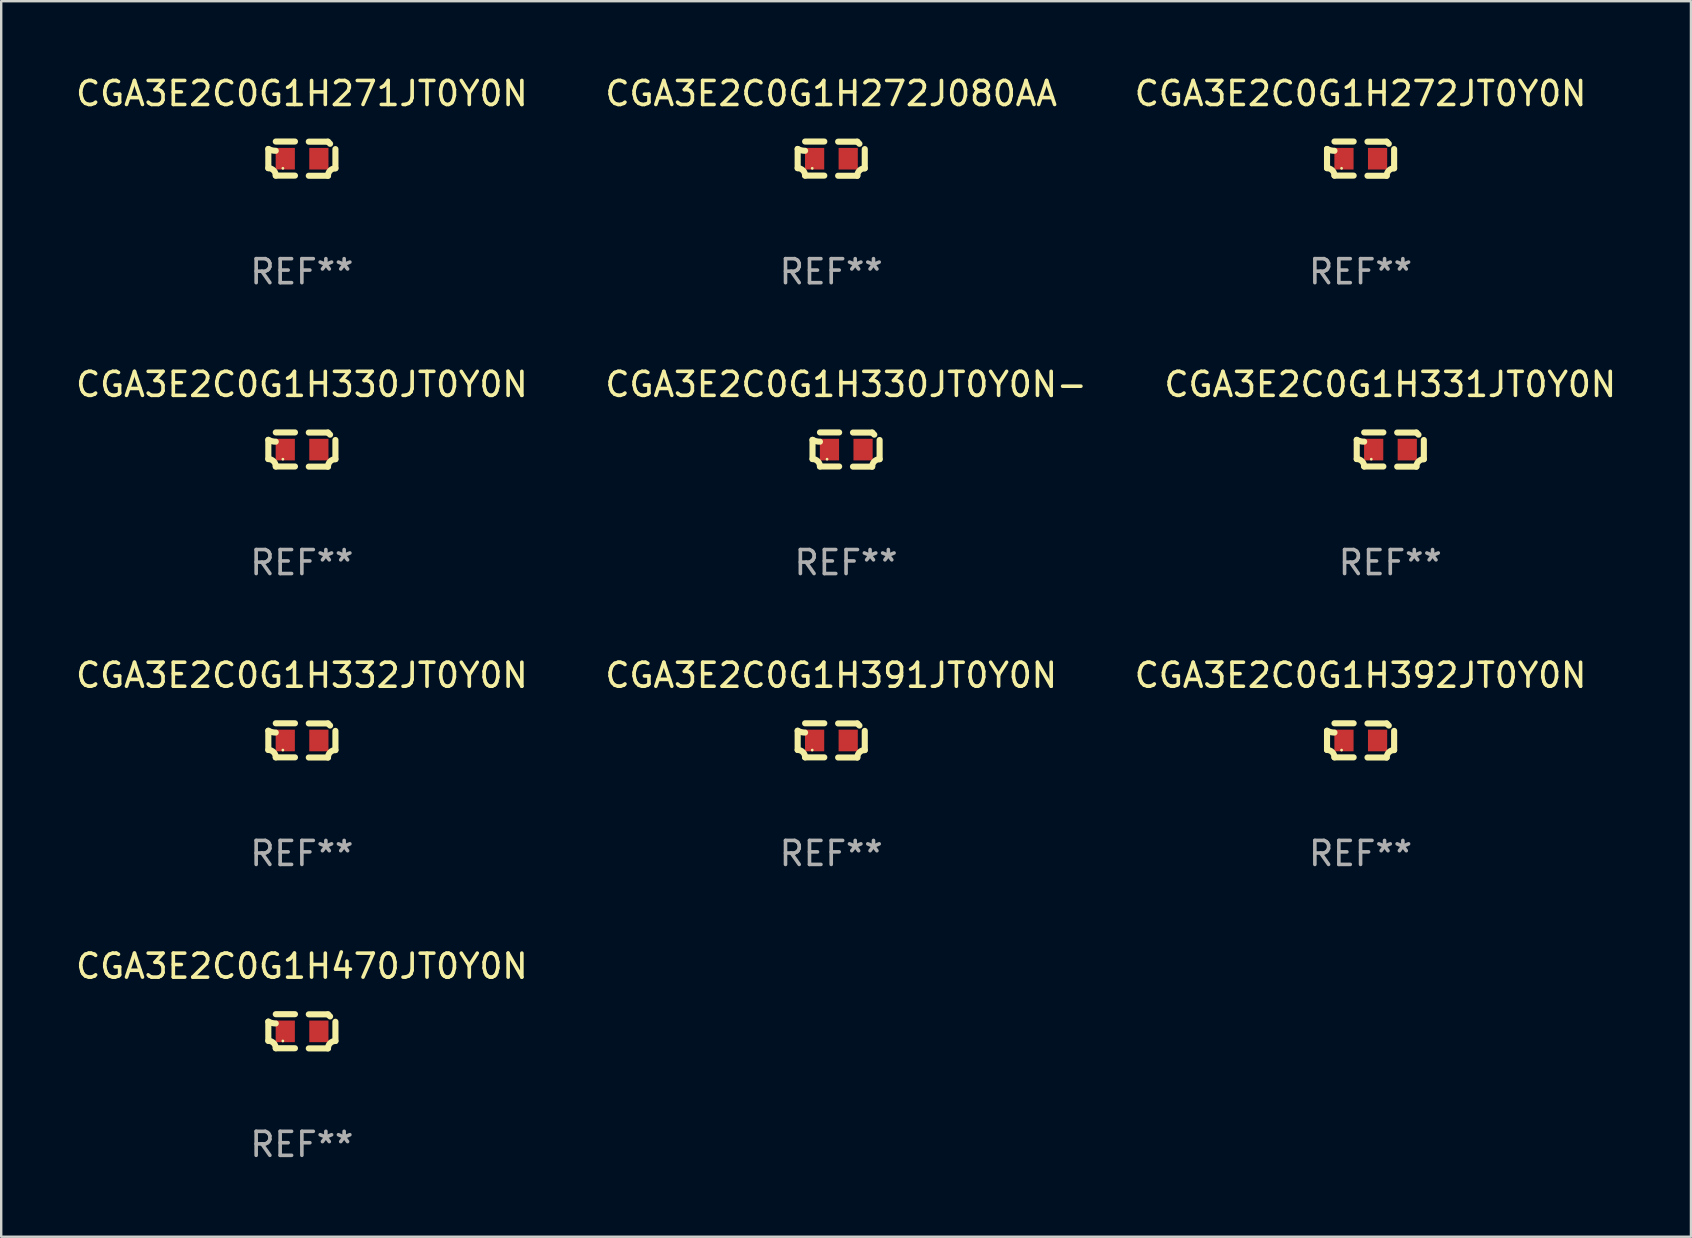
<source format=kicad_pcb>
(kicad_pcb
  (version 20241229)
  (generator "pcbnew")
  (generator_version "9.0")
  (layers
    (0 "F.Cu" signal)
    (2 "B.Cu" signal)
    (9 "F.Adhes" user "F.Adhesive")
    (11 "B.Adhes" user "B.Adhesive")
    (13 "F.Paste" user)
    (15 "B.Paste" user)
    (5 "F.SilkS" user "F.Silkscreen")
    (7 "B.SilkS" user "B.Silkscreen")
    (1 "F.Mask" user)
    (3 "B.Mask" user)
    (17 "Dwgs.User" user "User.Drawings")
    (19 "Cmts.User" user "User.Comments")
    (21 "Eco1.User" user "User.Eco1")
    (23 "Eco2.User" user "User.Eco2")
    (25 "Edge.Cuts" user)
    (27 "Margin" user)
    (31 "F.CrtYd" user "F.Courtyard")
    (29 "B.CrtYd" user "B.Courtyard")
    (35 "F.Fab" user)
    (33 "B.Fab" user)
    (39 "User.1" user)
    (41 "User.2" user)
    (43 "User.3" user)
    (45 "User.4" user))
  (footprint "CGA3E2C0G1H330JT0Y0N"
    (layer "F.Cu")
    (at 9.53 15.683)
    (property "Reference" "CGA3E2C0G1H330JT0Y0N" (at 0 -2.713 0) (layer "F.SilkS") (effects (font (size 1 1) (thickness 0.15))))
    (attr through_hole)
    (fp_line (start -1.398 -0.403) (end -1.398 0.397) (stroke (width 0.254) (type solid)) (layer "F.SilkS"))
    (fp_line (start -0.288 -0.713) (end -1.088 -0.713) (stroke (width 0.254) (type solid)) (layer "F.SilkS"))
    (fp_line (start -0.288 0.707) (end -1.088 0.707) (stroke (width 0.254) (type solid)) (layer "F.SilkS"))
    (fp_line (start 0.288 -0.707) (end 1.088 -0.707) (stroke (width 0.254) (type solid)) (layer "F.SilkS"))
    (fp_line (start 0.288 0.713) (end 1.088 0.713) (stroke (width 0.254) (type solid)) (layer "F.SilkS"))
    (fp_line (start 1.398 -0.397) (end 1.398 0.403) (stroke (width 0.254) (type solid)) (layer "F.SilkS"))
    (fp_arc (start -1.397789 0.397066) (mid -1.178701 0.487826) (end -1.08796 0.706922) (stroke (width 0.254001) (type solid)) (layer "F.SilkS"))
    (fp_arc (start -1.08796 -0.327176) (mid -1.247436 -0.346384) (end -1.39779 -0.402908) (stroke (width 0.254001) (type solid)) (layer "F.SilkS"))
    (fp_arc (start 1.087909 0.712738) (mid 1.178656 0.493655) (end 1.397739 0.402908) (stroke (width 0.254001) (type solid)) (layer "F.SilkS"))
    (fp_arc (start 1.175925 -0.618926) (mid 1.131917 -0.662923) (end 1.08791 -0.706922) (stroke (width 0.254001) (type solid)) (layer "F.SilkS"))
    (fp_circle (center -0.792 0.403) (end -0.762 0.403) (stroke (width 0.06) (type solid)) (fill no) (layer "F.SilkS"))
    (fp_text user "REF**" (at 0 4.713 0) (layer "F.Fab") (effects (font (size 1 1) (thickness 0.15))))
    (pad "1" smd rect (at -0.692 0.003) (size 0.8 0.9) (layers "F.Cu" "F.Mask" "F.Paste"))
    (pad "2" smd rect (at 0.708 0.003) (size 0.8 0.9) (layers "F.Cu" "F.Mask" "F.Paste")))
  (footprint "CGA3E2C0G1H391JT0Y0N"
    (layer "F.Cu")
    (at 31.589 27.805)
    (property "Reference" "CGA3E2C0G1H391JT0Y0N" (at 0 -2.713 0) (layer "F.SilkS") (effects (font (size 1 1) (thickness 0.15))))
    (attr through_hole)
    (fp_line (start -1.398 -0.403) (end -1.398 0.397) (stroke (width 0.254) (type solid)) (layer "F.SilkS"))
    (fp_line (start -0.288 -0.713) (end -1.088 -0.713) (stroke (width 0.254) (type solid)) (layer "F.SilkS"))
    (fp_line (start -0.288 0.707) (end -1.088 0.707) (stroke (width 0.254) (type solid)) (layer "F.SilkS"))
    (fp_line (start 0.288 -0.707) (end 1.088 -0.707) (stroke (width 0.254) (type solid)) (layer "F.SilkS"))
    (fp_line (start 0.288 0.713) (end 1.088 0.713) (stroke (width 0.254) (type solid)) (layer "F.SilkS"))
    (fp_line (start 1.398 -0.397) (end 1.398 0.403) (stroke (width 0.254) (type solid)) (layer "F.SilkS"))
    (fp_arc (start -1.397789 0.397066) (mid -1.178701 0.487826) (end -1.08796 0.706922) (stroke (width 0.254001) (type solid)) (layer "F.SilkS"))
    (fp_arc (start -1.08796 -0.327176) (mid -1.247436 -0.346384) (end -1.39779 -0.402908) (stroke (width 0.254001) (type solid)) (layer "F.SilkS"))
    (fp_arc (start 1.087909 0.712738) (mid 1.178656 0.493655) (end 1.397739 0.402908) (stroke (width 0.254001) (type solid)) (layer "F.SilkS"))
    (fp_arc (start 1.175925 -0.618926) (mid 1.131917 -0.662923) (end 1.08791 -0.706922) (stroke (width 0.254001) (type solid)) (layer "F.SilkS"))
    (fp_circle (center -0.792 0.403) (end -0.762 0.403) (stroke (width 0.06) (type solid)) (fill no) (layer "F.SilkS"))
    (fp_text user "REF**" (at 0 4.713 0) (layer "F.Fab") (effects (font (size 1 1) (thickness 0.15))))
    (pad "1" smd rect (at -0.692 0.003) (size 0.8 0.9) (layers "F.Cu" "F.Mask" "F.Paste"))
    (pad "2" smd rect (at 0.708 0.003) (size 0.8 0.9) (layers "F.Cu" "F.Mask" "F.Paste")))
  (footprint "CGA3E2C0G1H330JT0Y0N-"
    (layer "F.Cu")
    (at 32.208 15.683)
    (property "Reference" "CGA3E2C0G1H330JT0Y0N-" (at 0 -2.713 0) (layer "F.SilkS") (effects (font (size 1 1) (thickness 0.15))))
    (attr through_hole)
    (fp_line (start -1.398 -0.403) (end -1.398 0.397) (stroke (width 0.254) (type solid)) (layer "F.SilkS"))
    (fp_line (start -0.288 -0.713) (end -1.088 -0.713) (stroke (width 0.254) (type solid)) (layer "F.SilkS"))
    (fp_line (start -0.288 0.707) (end -1.088 0.707) (stroke (width 0.254) (type solid)) (layer "F.SilkS"))
    (fp_line (start 0.288 -0.707) (end 1.088 -0.707) (stroke (width 0.254) (type solid)) (layer "F.SilkS"))
    (fp_line (start 0.288 0.713) (end 1.088 0.713) (stroke (width 0.254) (type solid)) (layer "F.SilkS"))
    (fp_line (start 1.398 -0.397) (end 1.398 0.403) (stroke (width 0.254) (type solid)) (layer "F.SilkS"))
    (fp_arc (start -1.397789 0.397066) (mid -1.178701 0.487826) (end -1.08796 0.706922) (stroke (width 0.254001) (type solid)) (layer "F.SilkS"))
    (fp_arc (start -1.08796 -0.327176) (mid -1.247436 -0.346384) (end -1.39779 -0.402908) (stroke (width 0.254001) (type solid)) (layer "F.SilkS"))
    (fp_arc (start 1.087909 0.712738) (mid 1.178656 0.493655) (end 1.397739 0.402908) (stroke (width 0.254001) (type solid)) (layer "F.SilkS"))
    (fp_arc (start 1.175925 -0.618926) (mid 1.131917 -0.662923) (end 1.08791 -0.706922) (stroke (width 0.254001) (type solid)) (layer "F.SilkS"))
    (fp_circle (center -0.792 0.403) (end -0.762 0.403) (stroke (width 0.06) (type solid)) (fill no) (layer "F.SilkS"))
    (fp_text user "REF**" (at 0 4.713 0) (layer "F.Fab") (effects (font (size 1 1) (thickness 0.15))))
    (pad "1" smd rect (at -0.692 0.003) (size 0.8 0.9) (layers "F.Cu" "F.Mask" "F.Paste"))
    (pad "2" smd rect (at 0.708 0.003) (size 0.8 0.9) (layers "F.Cu" "F.Mask" "F.Paste")))
  (footprint "CGA3E2C0G1H272JT0Y0N"
    (layer "F.Cu")
    (at 53.649 3.561)
    (property "Reference" "CGA3E2C0G1H272JT0Y0N" (at 0 -2.713 0) (layer "F.SilkS") (effects (font (size 1 1) (thickness 0.15))))
    (attr through_hole)
    (fp_line (start -1.398 -0.403) (end -1.398 0.397) (stroke (width 0.254) (type solid)) (layer "F.SilkS"))
    (fp_line (start -0.288 -0.713) (end -1.088 -0.713) (stroke (width 0.254) (type solid)) (layer "F.SilkS"))
    (fp_line (start -0.288 0.707) (end -1.088 0.707) (stroke (width 0.254) (type solid)) (layer "F.SilkS"))
    (fp_line (start 0.288 -0.707) (end 1.088 -0.707) (stroke (width 0.254) (type solid)) (layer "F.SilkS"))
    (fp_line (start 0.288 0.713) (end 1.088 0.713) (stroke (width 0.254) (type solid)) (layer "F.SilkS"))
    (fp_line (start 1.398 -0.397) (end 1.398 0.403) (stroke (width 0.254) (type solid)) (layer "F.SilkS"))
    (fp_arc (start -1.397789 0.397066) (mid -1.178701 0.487826) (end -1.08796 0.706922) (stroke (width 0.254001) (type solid)) (layer "F.SilkS"))
    (fp_arc (start -1.08796 -0.327176) (mid -1.247436 -0.346384) (end -1.39779 -0.402908) (stroke (width 0.254001) (type solid)) (layer "F.SilkS"))
    (fp_arc (start 1.087909 0.712738) (mid 1.178656 0.493655) (end 1.397739 0.402908) (stroke (width 0.254001) (type solid)) (layer "F.SilkS"))
    (fp_arc (start 1.175925 -0.618926) (mid 1.131917 -0.662923) (end 1.08791 -0.706922) (stroke (width 0.254001) (type solid)) (layer "F.SilkS"))
    (fp_circle (center -0.792 0.403) (end -0.762 0.403) (stroke (width 0.06) (type solid)) (fill no) (layer "F.SilkS"))
    (fp_text user "REF**" (at 0 4.713 0) (layer "F.Fab") (effects (font (size 1 1) (thickness 0.15))))
    (pad "1" smd rect (at -0.692 0.003) (size 0.8 0.9) (layers "F.Cu" "F.Mask" "F.Paste"))
    (pad "2" smd rect (at 0.708 0.003) (size 0.8 0.9) (layers "F.Cu" "F.Mask" "F.Paste")))
  (footprint "CGA3E2C0G1H271JT0Y0N"
    (layer "F.Cu")
    (at 9.53 3.561)
    (property "Reference" "CGA3E2C0G1H271JT0Y0N" (at 0 -2.713 0) (layer "F.SilkS") (effects (font (size 1 1) (thickness 0.15))))
    (attr through_hole)
    (fp_line (start -1.398 -0.403) (end -1.398 0.397) (stroke (width 0.254) (type solid)) (layer "F.SilkS"))
    (fp_line (start -0.288 -0.713) (end -1.088 -0.713) (stroke (width 0.254) (type solid)) (layer "F.SilkS"))
    (fp_line (start -0.288 0.707) (end -1.088 0.707) (stroke (width 0.254) (type solid)) (layer "F.SilkS"))
    (fp_line (start 0.288 -0.707) (end 1.088 -0.707) (stroke (width 0.254) (type solid)) (layer "F.SilkS"))
    (fp_line (start 0.288 0.713) (end 1.088 0.713) (stroke (width 0.254) (type solid)) (layer "F.SilkS"))
    (fp_line (start 1.398 -0.397) (end 1.398 0.403) (stroke (width 0.254) (type solid)) (layer "F.SilkS"))
    (fp_arc (start -1.397789 0.397066) (mid -1.178701 0.487826) (end -1.08796 0.706922) (stroke (width 0.254001) (type solid)) (layer "F.SilkS"))
    (fp_arc (start -1.08796 -0.327176) (mid -1.247436 -0.346384) (end -1.39779 -0.402908) (stroke (width 0.254001) (type solid)) (layer "F.SilkS"))
    (fp_arc (start 1.087909 0.712738) (mid 1.178656 0.493655) (end 1.397739 0.402908) (stroke (width 0.254001) (type solid)) (layer "F.SilkS"))
    (fp_arc (start 1.175925 -0.618926) (mid 1.131917 -0.662923) (end 1.08791 -0.706922) (stroke (width 0.254001) (type solid)) (layer "F.SilkS"))
    (fp_circle (center -0.792 0.403) (end -0.762 0.403) (stroke (width 0.06) (type solid)) (fill no) (layer "F.SilkS"))
    (fp_text user "REF**" (at 0 4.713 0) (layer "F.Fab") (effects (font (size 1 1) (thickness 0.15))))
    (pad "1" smd rect (at -0.692 0.003) (size 0.8 0.9) (layers "F.Cu" "F.Mask" "F.Paste"))
    (pad "2" smd rect (at 0.708 0.003) (size 0.8 0.9) (layers "F.Cu" "F.Mask" "F.Paste")))
  (footprint "CGA3E2C0G1H392JT0Y0N"
    (layer "F.Cu")
    (at 53.649 27.805)
    (property "Reference" "CGA3E2C0G1H392JT0Y0N" (at 0 -2.713 0) (layer "F.SilkS") (effects (font (size 1 1) (thickness 0.15))))
    (attr through_hole)
    (fp_line (start -1.398 -0.403) (end -1.398 0.397) (stroke (width 0.254) (type solid)) (layer "F.SilkS"))
    (fp_line (start -0.288 -0.713) (end -1.088 -0.713) (stroke (width 0.254) (type solid)) (layer "F.SilkS"))
    (fp_line (start -0.288 0.707) (end -1.088 0.707) (stroke (width 0.254) (type solid)) (layer "F.SilkS"))
    (fp_line (start 0.288 -0.707) (end 1.088 -0.707) (stroke (width 0.254) (type solid)) (layer "F.SilkS"))
    (fp_line (start 0.288 0.713) (end 1.088 0.713) (stroke (width 0.254) (type solid)) (layer "F.SilkS"))
    (fp_line (start 1.398 -0.397) (end 1.398 0.403) (stroke (width 0.254) (type solid)) (layer "F.SilkS"))
    (fp_arc (start -1.397789 0.397066) (mid -1.178701 0.487826) (end -1.08796 0.706922) (stroke (width 0.254001) (type solid)) (layer "F.SilkS"))
    (fp_arc (start -1.08796 -0.327176) (mid -1.247436 -0.346384) (end -1.39779 -0.402908) (stroke (width 0.254001) (type solid)) (layer "F.SilkS"))
    (fp_arc (start 1.087909 0.712738) (mid 1.178656 0.493655) (end 1.397739 0.402908) (stroke (width 0.254001) (type solid)) (layer "F.SilkS"))
    (fp_arc (start 1.175925 -0.618926) (mid 1.131917 -0.662923) (end 1.08791 -0.706922) (stroke (width 0.254001) (type solid)) (layer "F.SilkS"))
    (fp_circle (center -0.792 0.403) (end -0.762 0.403) (stroke (width 0.06) (type solid)) (fill no) (layer "F.SilkS"))
    (fp_text user "REF**" (at 0 4.713 0) (layer "F.Fab") (effects (font (size 1 1) (thickness 0.15))))
    (pad "1" smd rect (at -0.692 0.003) (size 0.8 0.9) (layers "F.Cu" "F.Mask" "F.Paste"))
    (pad "2" smd rect (at 0.708 0.003) (size 0.8 0.9) (layers "F.Cu" "F.Mask" "F.Paste")))
  (footprint "CGA3E2C0G1H332JT0Y0N"
    (layer "F.Cu")
    (at 9.53 27.805)
    (property "Reference" "CGA3E2C0G1H332JT0Y0N" (at 0 -2.713 0) (layer "F.SilkS") (effects (font (size 1 1) (thickness 0.15))))
    (attr through_hole)
    (fp_line (start -1.398 -0.403) (end -1.398 0.397) (stroke (width 0.254) (type solid)) (layer "F.SilkS"))
    (fp_line (start -0.288 -0.713) (end -1.088 -0.713) (stroke (width 0.254) (type solid)) (layer "F.SilkS"))
    (fp_line (start -0.288 0.707) (end -1.088 0.707) (stroke (width 0.254) (type solid)) (layer "F.SilkS"))
    (fp_line (start 0.288 -0.707) (end 1.088 -0.707) (stroke (width 0.254) (type solid)) (layer "F.SilkS"))
    (fp_line (start 0.288 0.713) (end 1.088 0.713) (stroke (width 0.254) (type solid)) (layer "F.SilkS"))
    (fp_line (start 1.398 -0.397) (end 1.398 0.403) (stroke (width 0.254) (type solid)) (layer "F.SilkS"))
    (fp_arc (start -1.397789 0.397066) (mid -1.178701 0.487826) (end -1.08796 0.706922) (stroke (width 0.254001) (type solid)) (layer "F.SilkS"))
    (fp_arc (start -1.08796 -0.327176) (mid -1.247436 -0.346384) (end -1.39779 -0.402908) (stroke (width 0.254001) (type solid)) (layer "F.SilkS"))
    (fp_arc (start 1.087909 0.712738) (mid 1.178656 0.493655) (end 1.397739 0.402908) (stroke (width 0.254001) (type solid)) (layer "F.SilkS"))
    (fp_arc (start 1.175925 -0.618926) (mid 1.131917 -0.662923) (end 1.08791 -0.706922) (stroke (width 0.254001) (type solid)) (layer "F.SilkS"))
    (fp_circle (center -0.792 0.403) (end -0.762 0.403) (stroke (width 0.06) (type solid)) (fill no) (layer "F.SilkS"))
    (fp_text user "REF**" (at 0 4.713 0) (layer "F.Fab") (effects (font (size 1 1) (thickness 0.15))))
    (pad "1" smd rect (at -0.692 0.003) (size 0.8 0.9) (layers "F.Cu" "F.Mask" "F.Paste"))
    (pad "2" smd rect (at 0.708 0.003) (size 0.8 0.9) (layers "F.Cu" "F.Mask" "F.Paste")))
  (footprint "CGA3E2C0G1H331JT0Y0N"
    (layer "F.Cu")
    (at 54.887 15.683)
    (property "Reference" "CGA3E2C0G1H331JT0Y0N" (at 0 -2.713 0) (layer "F.SilkS") (effects (font (size 1 1) (thickness 0.15))))
    (attr through_hole)
    (fp_line (start -1.398 -0.403) (end -1.398 0.397) (stroke (width 0.254) (type solid)) (layer "F.SilkS"))
    (fp_line (start -0.288 -0.713) (end -1.088 -0.713) (stroke (width 0.254) (type solid)) (layer "F.SilkS"))
    (fp_line (start -0.288 0.707) (end -1.088 0.707) (stroke (width 0.254) (type solid)) (layer "F.SilkS"))
    (fp_line (start 0.288 -0.707) (end 1.088 -0.707) (stroke (width 0.254) (type solid)) (layer "F.SilkS"))
    (fp_line (start 0.288 0.713) (end 1.088 0.713) (stroke (width 0.254) (type solid)) (layer "F.SilkS"))
    (fp_line (start 1.398 -0.397) (end 1.398 0.403) (stroke (width 0.254) (type solid)) (layer "F.SilkS"))
    (fp_arc (start -1.397789 0.397066) (mid -1.178701 0.487826) (end -1.08796 0.706922) (stroke (width 0.254001) (type solid)) (layer "F.SilkS"))
    (fp_arc (start -1.08796 -0.327176) (mid -1.247436 -0.346384) (end -1.39779 -0.402908) (stroke (width 0.254001) (type solid)) (layer "F.SilkS"))
    (fp_arc (start 1.087909 0.712738) (mid 1.178656 0.493655) (end 1.397739 0.402908) (stroke (width 0.254001) (type solid)) (layer "F.SilkS"))
    (fp_arc (start 1.175925 -0.618926) (mid 1.131917 -0.662923) (end 1.08791 -0.706922) (stroke (width 0.254001) (type solid)) (layer "F.SilkS"))
    (fp_circle (center -0.792 0.403) (end -0.762 0.403) (stroke (width 0.06) (type solid)) (fill no) (layer "F.SilkS"))
    (fp_text user "REF**" (at 0 4.713 0) (layer "F.Fab") (effects (font (size 1 1) (thickness 0.15))))
    (pad "1" smd rect (at -0.692 0.003) (size 0.8 0.9) (layers "F.Cu" "F.Mask" "F.Paste"))
    (pad "2" smd rect (at 0.708 0.003) (size 0.8 0.9) (layers "F.Cu" "F.Mask" "F.Paste")))
  (footprint "CGA3E2C0G1H470JT0Y0N"
    (layer "F.Cu")
    (at 9.53 39.927)
    (property "Reference" "CGA3E2C0G1H470JT0Y0N" (at 0 -2.713 0) (layer "F.SilkS") (effects (font (size 1 1) (thickness 0.15))))
    (attr through_hole)
    (fp_line (start -1.398 -0.403) (end -1.398 0.397) (stroke (width 0.254) (type solid)) (layer "F.SilkS"))
    (fp_line (start -0.288 -0.713) (end -1.088 -0.713) (stroke (width 0.254) (type solid)) (layer "F.SilkS"))
    (fp_line (start -0.288 0.707) (end -1.088 0.707) (stroke (width 0.254) (type solid)) (layer "F.SilkS"))
    (fp_line (start 0.288 -0.707) (end 1.088 -0.707) (stroke (width 0.254) (type solid)) (layer "F.SilkS"))
    (fp_line (start 0.288 0.713) (end 1.088 0.713) (stroke (width 0.254) (type solid)) (layer "F.SilkS"))
    (fp_line (start 1.398 -0.397) (end 1.398 0.403) (stroke (width 0.254) (type solid)) (layer "F.SilkS"))
    (fp_arc (start -1.397789 0.397066) (mid -1.178701 0.487826) (end -1.08796 0.706922) (stroke (width 0.254001) (type solid)) (layer "F.SilkS"))
    (fp_arc (start -1.08796 -0.327176) (mid -1.247436 -0.346384) (end -1.39779 -0.402908) (stroke (width 0.254001) (type solid)) (layer "F.SilkS"))
    (fp_arc (start 1.087909 0.712738) (mid 1.178656 0.493655) (end 1.397739 0.402908) (stroke (width 0.254001) (type solid)) (layer "F.SilkS"))
    (fp_arc (start 1.175925 -0.618926) (mid 1.131917 -0.662923) (end 1.08791 -0.706922) (stroke (width 0.254001) (type solid)) (layer "F.SilkS"))
    (fp_circle (center -0.792 0.403) (end -0.762 0.403) (stroke (width 0.06) (type solid)) (fill no) (layer "F.SilkS"))
    (fp_text user "REF**" (at 0 4.713 0) (layer "F.Fab") (effects (font (size 1 1) (thickness 0.15))))
    (pad "1" smd rect (at -0.692 0.003) (size 0.8 0.9) (layers "F.Cu" "F.Mask" "F.Paste"))
    (pad "2" smd rect (at 0.708 0.003) (size 0.8 0.9) (layers "F.Cu" "F.Mask" "F.Paste")))
  (footprint "CGA3E2C0G1H272J080AA"
    (layer "F.Cu")
    (at 31.589 3.561)
    (property "Reference" "CGA3E2C0G1H272J080AA" (at 0 -2.713 0) (layer "F.SilkS") (effects (font (size 1 1) (thickness 0.15))))
    (attr through_hole)
    (fp_line (start -1.398 -0.403) (end -1.398 0.397) (stroke (width 0.254) (type solid)) (layer "F.SilkS"))
    (fp_line (start -0.288 -0.713) (end -1.088 -0.713) (stroke (width 0.254) (type solid)) (layer "F.SilkS"))
    (fp_line (start -0.288 0.707) (end -1.088 0.707) (stroke (width 0.254) (type solid)) (layer "F.SilkS"))
    (fp_line (start 0.288 -0.707) (end 1.088 -0.707) (stroke (width 0.254) (type solid)) (layer "F.SilkS"))
    (fp_line (start 0.288 0.713) (end 1.088 0.713) (stroke (width 0.254) (type solid)) (layer "F.SilkS"))
    (fp_line (start 1.398 -0.397) (end 1.398 0.403) (stroke (width 0.254) (type solid)) (layer "F.SilkS"))
    (fp_arc (start -1.397789 0.397066) (mid -1.178701 0.487826) (end -1.08796 0.706922) (stroke (width 0.254001) (type solid)) (layer "F.SilkS"))
    (fp_arc (start -1.08796 -0.327176) (mid -1.247436 -0.346384) (end -1.39779 -0.402908) (stroke (width 0.254001) (type solid)) (layer "F.SilkS"))
    (fp_arc (start 1.087909 0.712738) (mid 1.178656 0.493655) (end 1.397739 0.402908) (stroke (width 0.254001) (type solid)) (layer "F.SilkS"))
    (fp_arc (start 1.175925 -0.618926) (mid 1.131917 -0.662923) (end 1.08791 -0.706922) (stroke (width 0.254001) (type solid)) (layer "F.SilkS"))
    (fp_circle (center -0.792 0.403) (end -0.762 0.403) (stroke (width 0.06) (type solid)) (fill no) (layer "F.SilkS"))
    (fp_text user "REF**" (at 0 4.713 0) (layer "F.Fab") (effects (font (size 1 1) (thickness 0.15))))
    (pad "1" smd rect (at -0.692 0.003) (size 0.8 0.9) (layers "F.Cu" "F.Mask" "F.Paste"))
    (pad "2" smd rect (at 0.708 0.003) (size 0.8 0.9) (layers "F.Cu" "F.Mask" "F.Paste")))
  (gr_rect
    (start -3 -3)
    (end 67.417 48.488)
    (stroke (width 0.1) (type default))
    (fill no)
    (layer "Edge.Cuts")))
</source>
